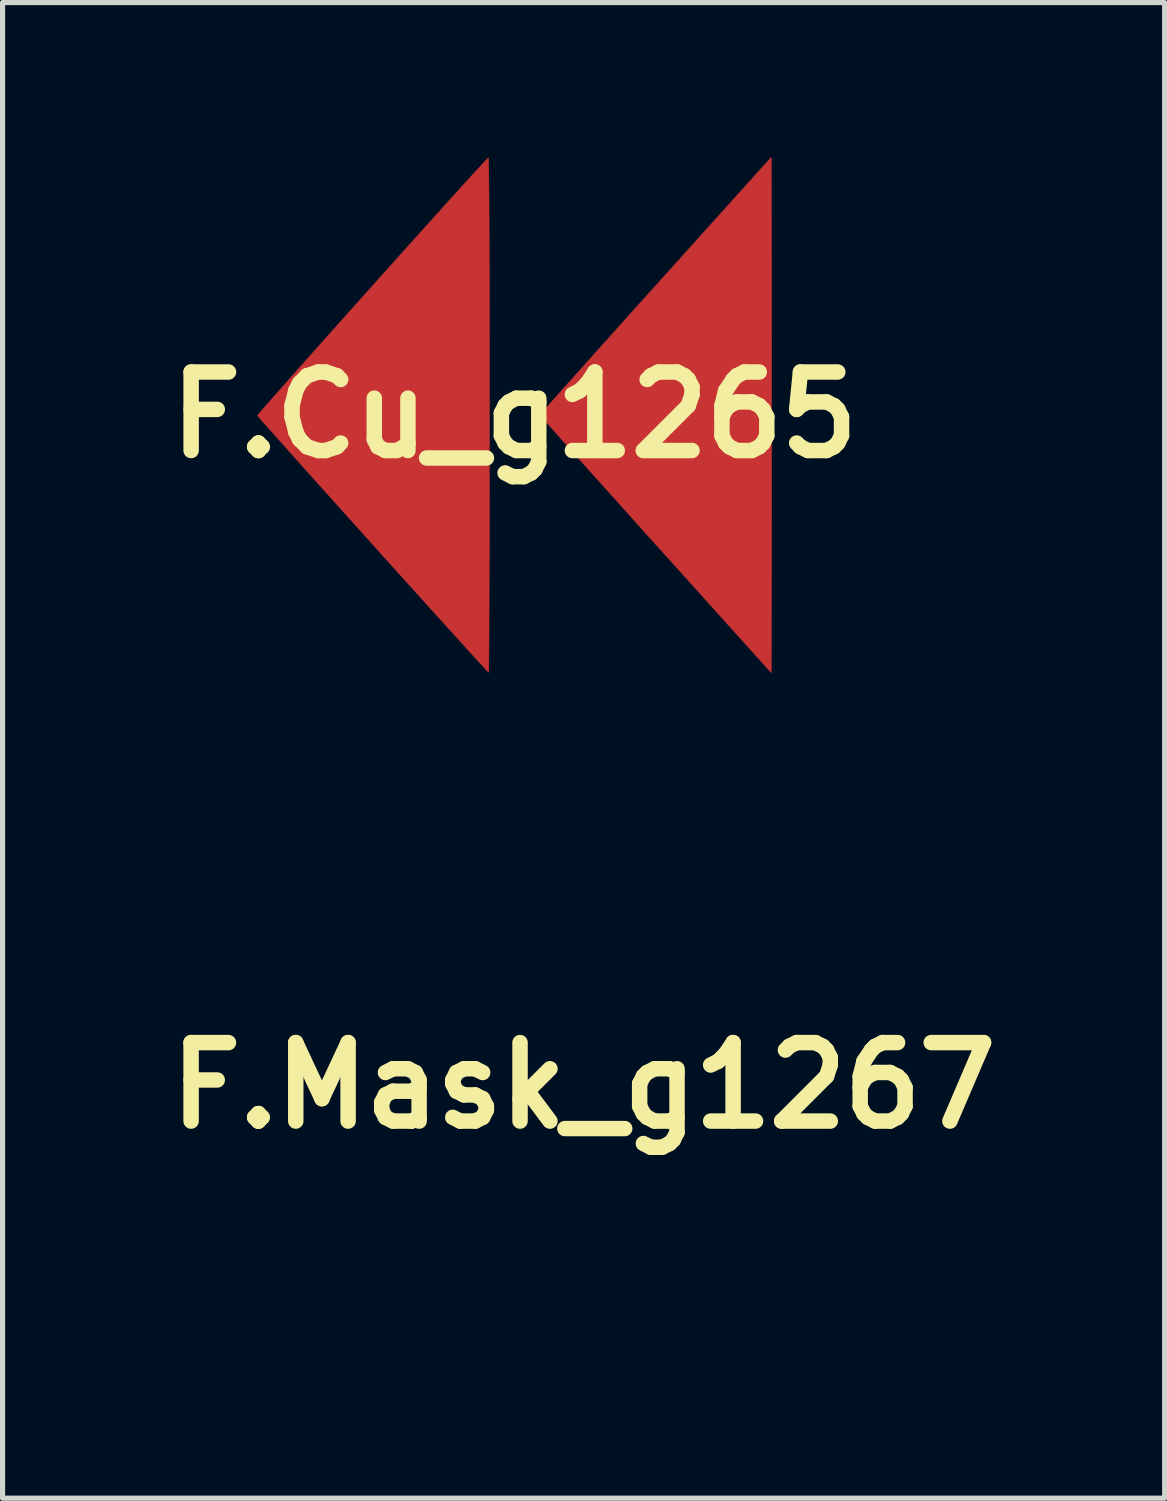
<source format=kicad_pcb>
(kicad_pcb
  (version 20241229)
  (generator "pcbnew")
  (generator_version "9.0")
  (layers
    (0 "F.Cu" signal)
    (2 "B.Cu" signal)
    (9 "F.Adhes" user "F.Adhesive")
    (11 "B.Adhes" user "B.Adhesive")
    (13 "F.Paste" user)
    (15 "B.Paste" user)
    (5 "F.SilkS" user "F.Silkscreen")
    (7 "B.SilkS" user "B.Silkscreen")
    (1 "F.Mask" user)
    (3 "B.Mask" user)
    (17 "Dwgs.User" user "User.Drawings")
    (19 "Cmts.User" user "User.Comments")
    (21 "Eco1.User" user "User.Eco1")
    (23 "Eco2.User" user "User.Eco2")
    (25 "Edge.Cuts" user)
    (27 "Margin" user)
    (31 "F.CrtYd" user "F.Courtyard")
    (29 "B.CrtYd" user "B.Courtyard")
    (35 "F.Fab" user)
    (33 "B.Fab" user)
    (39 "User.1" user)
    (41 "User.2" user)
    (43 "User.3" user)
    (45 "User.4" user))
  (footprint "F.Mask_g1267"
    (layer "F.Cu")
    (at 8.28 18.026)
    (property "Reference" "F.Mask_g1267" (at 0 0 0) (layer "F.SilkS") (effects (font (size 1.524 1.524) (thickness 0.3))))
    (attr through_hole)
    (fp_poly (pts (xy 4.99 -2.503) (xy 4.991 -2.112) (xy 4.991 -1.687) (xy 4.992 -1.235) (xy 4.992 -0.763) (xy 4.992 -0.279) (xy 4.992 0.209) (xy 4.992 0.694) (xy 4.992 1.168) (xy 4.992 1.624) (xy 4.991 2.054) (xy 4.99 2.45) (xy 4.99 2.503) (xy 4.985 5.006) (xy 2.741 2.514) (xy 2.491 2.236) (xy 2.249 1.967) (xy 2.016 1.707) (xy 1.795 1.46) (xy 1.585 1.226) (xy 1.389 1.007) (xy 1.209 0.806) (xy 1.045 0.622) (xy 0.9 0.459) (xy 0.775 0.318) (xy 0.671 0.201) (xy 0.59 0.109) (xy 0.533 0.044) (xy 0.503 0.007) (xy 0.497 0) (xy 0.511 -0.018) (xy 0.552 -0.065) (xy 0.618 -0.141) (xy 0.708 -0.243) (xy 0.82 -0.37) (xy 0.953 -0.519) (xy 1.106 -0.69) (xy 1.276 -0.881) (xy 1.462 -1.089) (xy 1.664 -1.314) (xy 1.878 -1.553) (xy 2.104 -1.805) (xy 2.341 -2.069) (xy 2.586 -2.341) (xy 2.741 -2.514) (xy 4.985 -5.006) (xy 4.99 -2.503)) (stroke (width 0.01) (type solid)) (fill yes) (layer "F.Mask"))
    (fp_poly (pts (xy -0.502 -4.974) (xy -0.501 -4.913) (xy -0.499 -4.813) (xy -0.498 -4.676) (xy -0.497 -4.505) (xy -0.495 -4.3) (xy -0.494 -4.064) (xy -0.493 -3.798) (xy -0.492 -3.505) (xy -0.491 -3.186) (xy -0.49 -2.843) (xy -0.489 -2.479) (xy -0.488 -2.094) (xy -0.488 -1.69) (xy -0.487 -1.27) (xy -0.487 -0.836) (xy -0.487 -0.389) (xy -0.487 0) (xy -0.487 0.457) (xy -0.487 0.902) (xy -0.487 1.335) (xy -0.488 1.752) (xy -0.489 2.153) (xy -0.489 2.535) (xy -0.49 2.896) (xy -0.491 3.236) (xy -0.492 3.551) (xy -0.493 3.84) (xy -0.494 4.101) (xy -0.495 4.333) (xy -0.497 4.533) (xy -0.498 4.699) (xy -0.5 4.831) (xy -0.501 4.925) (xy -0.503 4.98) (xy -0.504 4.995) (xy -0.52 4.98) (xy -0.562 4.935) (xy -0.63 4.861) (xy -0.722 4.761) (xy -0.835 4.637) (xy -0.97 4.489) (xy -1.123 4.32) (xy -1.295 4.131) (xy -1.482 3.924) (xy -1.684 3.7) (xy -1.899 3.462) (xy -2.126 3.211) (xy -2.362 2.949) (xy -2.608 2.677) (xy -2.758 2.509) (xy -3.008 2.232) (xy -3.249 1.963) (xy -3.482 1.704) (xy -3.703 1.457) (xy -3.912 1.223) (xy -4.108 1.005) (xy -4.288 0.803) (xy -4.451 0.62) (xy -4.595 0.458) (xy -4.72 0.317) (xy -4.824 0.2) (xy -4.904 0.108) (xy -4.96 0.043) (xy -4.99 0.007) (xy -4.995 0) (xy -4.981 -0.018) (xy -4.941 -0.065) (xy -4.876 -0.14) (xy -4.788 -0.24) (xy -4.679 -0.363) (xy -4.551 -0.507) (xy -4.405 -0.671) (xy -4.244 -0.851) (xy -4.07 -1.047) (xy -3.883 -1.255) (xy -3.687 -1.474) (xy -3.483 -1.702) (xy -3.272 -1.937) (xy -3.057 -2.177) (xy -2.839 -2.419) (xy -2.62 -2.662) (xy -2.403 -2.904) (xy -2.188 -3.142) (xy -1.979 -3.375) (xy -1.776 -3.6) (xy -1.581 -3.815) (xy -1.397 -4.019) (xy -1.224 -4.21) (xy -1.066 -4.384) (xy -0.924 -4.541) (xy -0.799 -4.678) (xy -0.693 -4.793) (xy -0.61 -4.885) (xy -0.549 -4.95) (xy -0.513 -4.987) (xy -0.504 -4.995) (xy -0.502 -4.974)) (stroke (width 0.01) (type solid)) (fill yes) (layer "F.Mask")))
  (footprint "F.Cu_g1265"
    (layer "F.Cu")
    (at 6.938 5.007)
    (property "Reference" "F.Cu_g1265" (at 0 0 0) (layer "F.SilkS") (effects (font (size 1.524 1.524) (thickness 0.3))))
    (attr through_hole)
    (fp_poly (pts (xy 4.99 -2.501) (xy 4.991 -2.111) (xy 4.991 -1.686) (xy 4.992 -1.233) (xy 4.992 -0.762) (xy 4.992 -0.278) (xy 4.992 0.21) (xy 4.992 0.695) (xy 4.992 1.169) (xy 4.992 1.624) (xy 4.991 2.054) (xy 4.99 2.449) (xy 4.99 2.501) (xy 4.985 5.002) (xy 2.741 2.509) (xy 2.491 2.232) (xy 2.249 1.963) (xy 2.017 1.703) (xy 1.795 1.456) (xy 1.585 1.223) (xy 1.389 1.004) (xy 1.209 0.803) (xy 1.046 0.62) (xy 0.9 0.457) (xy 0.775 0.316) (xy 0.671 0.199) (xy 0.59 0.108) (xy 0.534 0.043) (xy 0.503 0.007) (xy 0.497 0) (xy 0.511 -0.017) (xy 0.552 -0.064) (xy 0.618 -0.139) (xy 0.708 -0.241) (xy 0.82 -0.367) (xy 0.953 -0.516) (xy 1.106 -0.687) (xy 1.276 -0.877) (xy 1.462 -1.085) (xy 1.663 -1.31) (xy 1.878 -1.549) (xy 2.104 -1.801) (xy 2.34 -2.064) (xy 2.585 -2.336) (xy 2.741 -2.509) (xy 4.985 -5.002) (xy 4.99 -2.501)) (stroke (width 0.01) (type solid)) (fill yes) (layer "F.Cu"))
    (fp_poly (pts (xy -0.504 -4.972) (xy -0.502 -4.91) (xy -0.5 -4.808) (xy -0.499 -4.667) (xy -0.497 -4.487) (xy -0.495 -4.269) (xy -0.494 -4.015) (xy -0.492 -3.725) (xy -0.491 -3.4) (xy -0.49 -3.042) (xy -0.489 -2.651) (xy -0.488 -2.228) (xy -0.488 -1.775) (xy -0.487 -1.291) (xy -0.487 -0.778) (xy -0.487 -0.238) (xy -0.487 -0.002) (xy -0.487 0.455) (xy -0.487 0.901) (xy -0.487 1.333) (xy -0.488 1.751) (xy -0.488 2.151) (xy -0.489 2.534) (xy -0.49 2.895) (xy -0.491 3.235) (xy -0.492 3.55) (xy -0.493 3.839) (xy -0.494 4.1) (xy -0.495 4.332) (xy -0.496 4.532) (xy -0.497 4.699) (xy -0.499 4.83) (xy -0.5 4.924) (xy -0.501 4.98) (xy -0.503 4.995) (xy -0.518 4.979) (xy -0.561 4.934) (xy -0.629 4.861) (xy -0.72 4.761) (xy -0.834 4.636) (xy -0.968 4.488) (xy -1.121 4.319) (xy -1.292 4.13) (xy -1.48 3.923) (xy -1.681 3.7) (xy -1.896 3.462) (xy -2.123 3.211) (xy -2.359 2.949) (xy -2.604 2.677) (xy -2.747 2.517) (xy -2.997 2.24) (xy -3.238 1.972) (xy -3.47 1.713) (xy -3.692 1.466) (xy -3.901 1.233) (xy -4.097 1.015) (xy -4.277 0.813) (xy -4.44 0.63) (xy -4.585 0.468) (xy -4.71 0.327) (xy -4.814 0.21) (xy -4.895 0.119) (xy -4.951 0.054) (xy -4.982 0.019) (xy -4.987 0.012) (xy -4.974 -0.006) (xy -4.935 -0.053) (xy -4.871 -0.128) (xy -4.784 -0.228) (xy -4.676 -0.351) (xy -4.549 -0.495) (xy -4.404 -0.658) (xy -4.244 -0.839) (xy -4.07 -1.035) (xy -3.885 -1.243) (xy -3.689 -1.463) (xy -3.486 -1.691) (xy -3.276 -1.926) (xy -3.061 -2.166) (xy -2.844 -2.409) (xy -2.626 -2.652) (xy -2.409 -2.894) (xy -2.195 -3.133) (xy -1.986 -3.366) (xy -1.783 -3.591) (xy -1.588 -3.808) (xy -1.404 -4.012) (xy -1.232 -4.203) (xy -1.073 -4.378) (xy -0.93 -4.535) (xy -0.805 -4.673) (xy -0.699 -4.788) (xy -0.615 -4.88) (xy -0.553 -4.946) (xy -0.517 -4.983) (xy -0.507 -4.992) (xy -0.504 -4.972)) (stroke (width 0.01) (type solid)) (fill yes) (layer "F.Cu")))
  (gr_rect
    (start -3 -3)
    (end 19.561 26.037)
    (stroke (width 0.1) (type default))
    (fill no)
    (layer "Edge.Cuts")))
</source>
